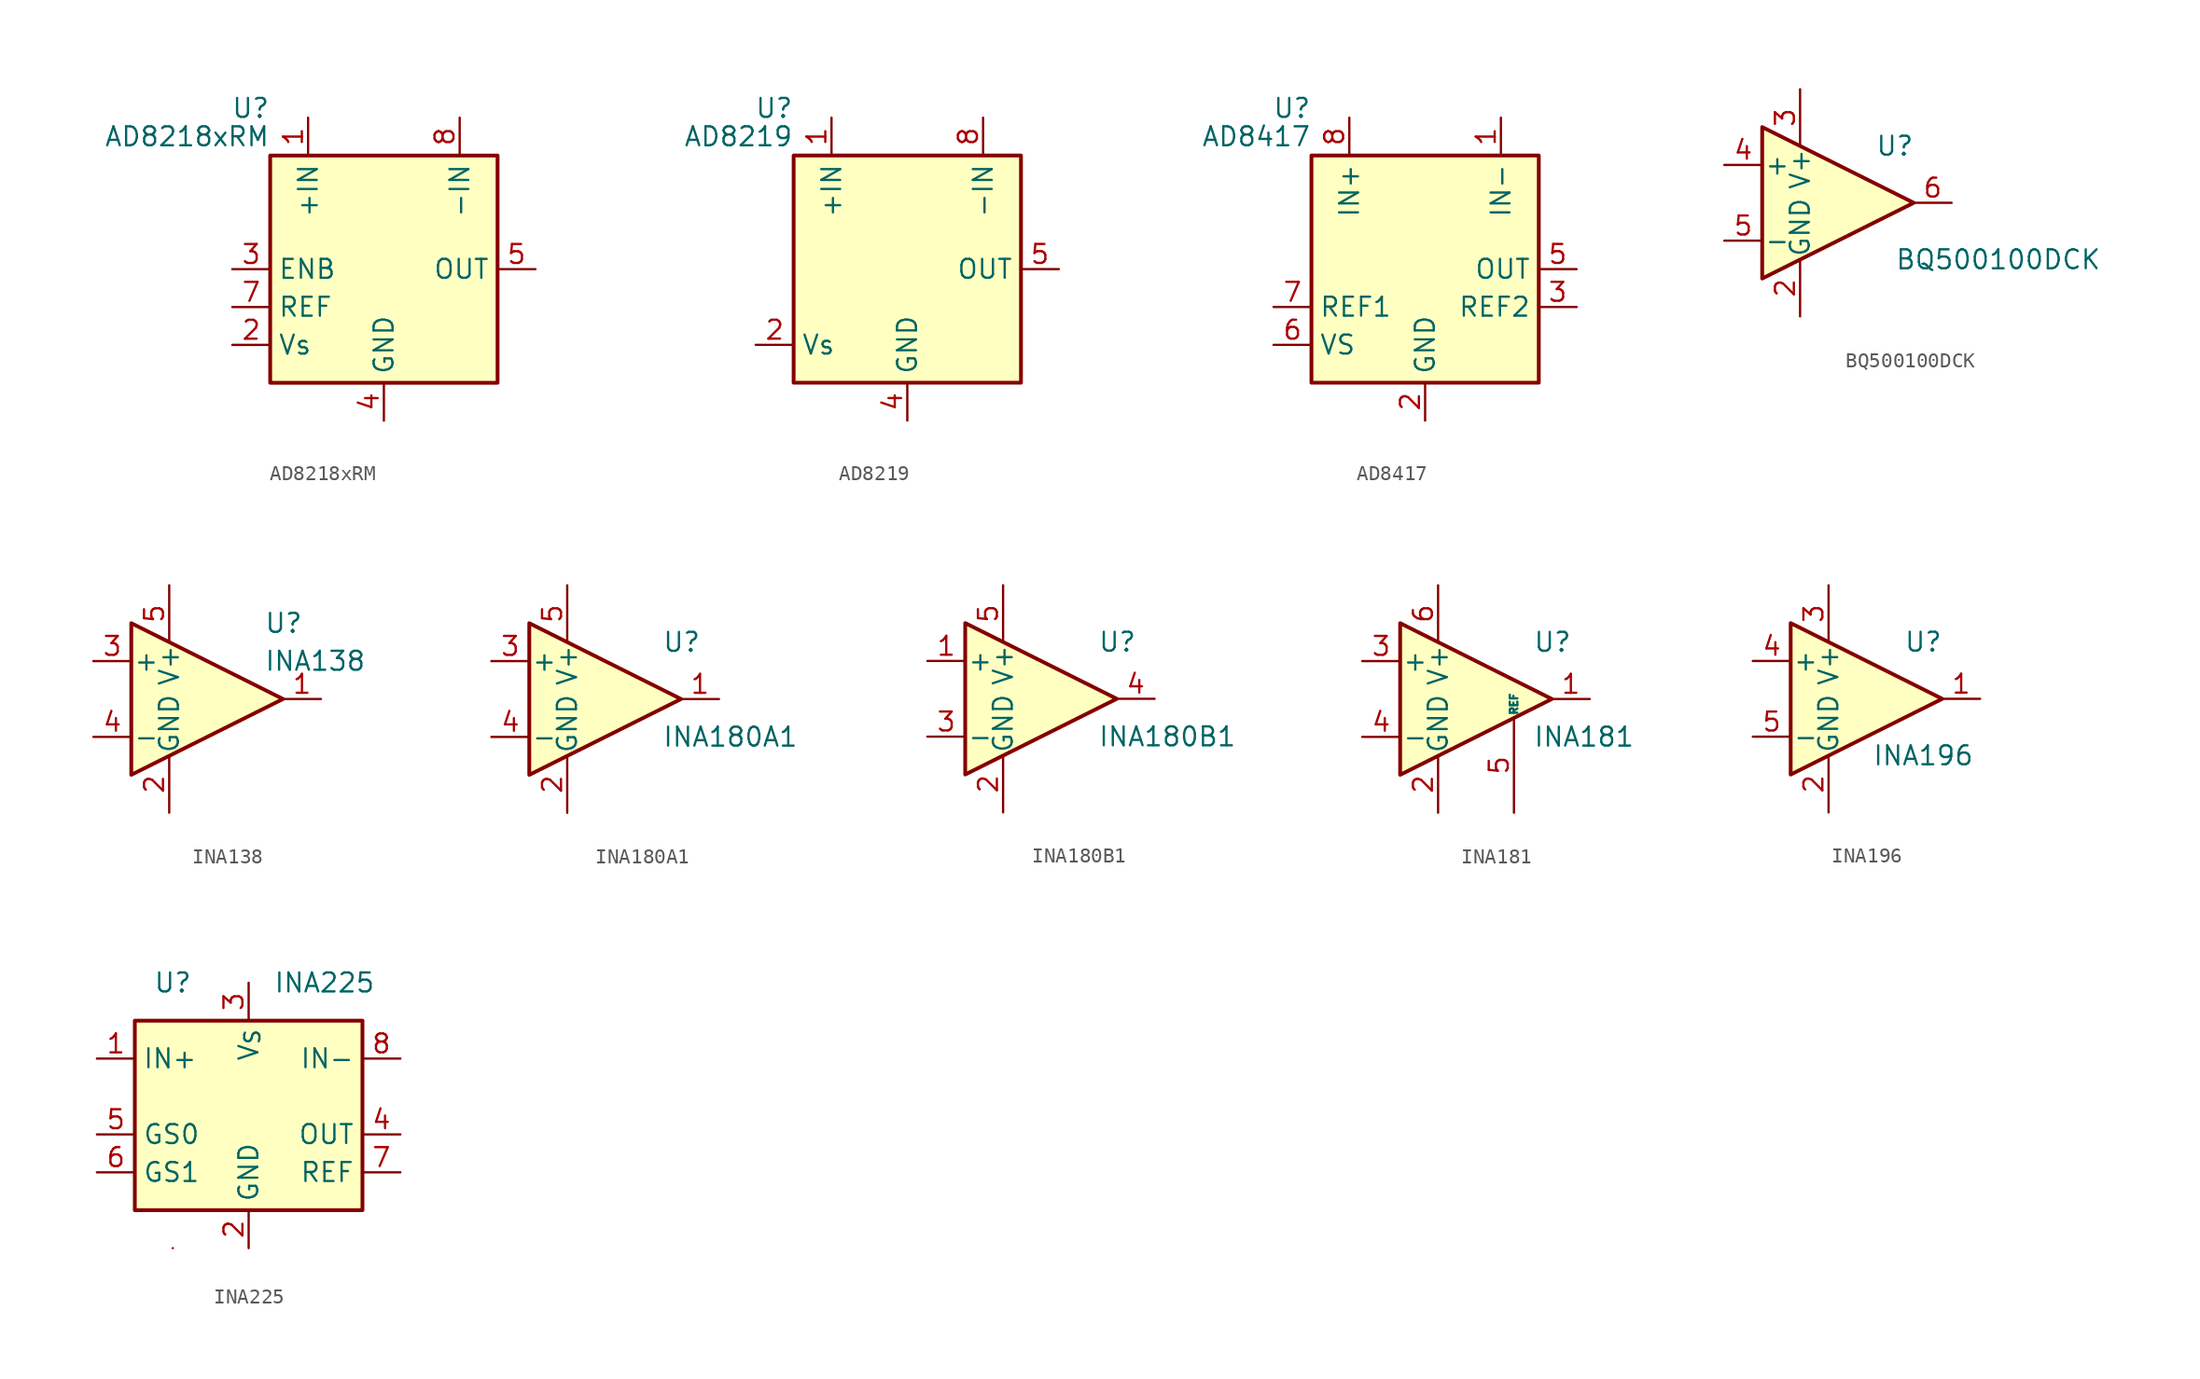
<source format=kicad_sym>
(kicad_symbol_lib
  (version 20241209)
  (generator "kicad_symbol_editor")
  (generator_version "9.0")
  (symbol "AD8218xRM"
    (property "Reference" "U"
      (at -7.62 10.795 0)
      (effects (font (size 1.27 1.27)) (justify right)))
    (property "Value" "AD8218xRM"
      (at -7.62 8.89 0)
      (effects (font (size 1.27 1.27)) (justify right)))
    (symbol "AD8218xRM_0_1"
      (rectangle (start -7.62 7.62) (end 7.62 -7.62) (stroke (width 0.254) (type default)) (fill (type background))))
    (symbol "AD8218xRM_1_1"
      (pin input line (at -10.16 0 0) (length 2.54) (name "ENB" (effects (font (size 1.27 1.27)))) (number "3" (effects (font (size 1.27 1.27)))))
      (pin input line (at -10.16 -2.54 0) (length 2.54) (name "REF" (effects (font (size 1.27 1.27)))) (number "7" (effects (font (size 1.27 1.27)))))
      (pin passive line (at -10.16 -5.08 0) (length 2.54) (name "Vs" (effects (font (size 1.27 1.27)))) (number "2" (effects (font (size 1.27 1.27)))))
      (pin input line (at -5.08 10.16 270) (length 2.54) (name "+IN" (effects (font (size 1.27 1.27)))) (number "1" (effects (font (size 1.27 1.27)))))
      (pin power_in line (at 0 -10.16 90) (length 2.54) (name "GND" (effects (font (size 1.27 1.27)))) (number "4" (effects (font (size 1.27 1.27)))))
      (pin no_connect line (at 2.54 -7.62 90) (length 2.54) (hide yes) (name "NC" (effects (font (size 1.27 1.27)))) (number "6" (effects (font (size 1.27 1.27)))))
      (pin input line (at 5.08 10.16 270) (length 2.54) (name "-IN" (effects (font (size 1.27 1.27)))) (number "8" (effects (font (size 1.27 1.27)))))
      (pin output line (at 10.16 0 180) (length 2.54) (name "OUT" (effects (font (size 1.27 1.27)))) (number "5" (effects (font (size 1.27 1.27)))))))
  (symbol "AD8219"
    (property "Reference" "U"
      (at -7.62 10.795 0)
      (effects (font (size 1.27 1.27)) (justify right)))
    (property "Value" "AD8219"
      (at -7.62 8.89 0)
      (effects (font (size 1.27 1.27)) (justify right)))
    (symbol "AD8219_0_1"
      (rectangle (start -7.62 7.62) (end 7.62 -7.62) (stroke (width 0.254) (type default)) (fill (type background))))
    (symbol "AD8219_1_1"
      (pin power_in line (at -10.16 -5.08 0) (length 2.54) (name "Vs" (effects (font (size 1.27 1.27)))) (number "2" (effects (font (size 1.27 1.27)))))
      (pin input line (at -5.08 10.16 270) (length 2.54) (name "+IN" (effects (font (size 1.27 1.27)))) (number "1" (effects (font (size 1.27 1.27)))))
      (pin no_connect line (at -2.54 -7.62 90) (length 2.54) (hide yes) (name "NC" (effects (font (size 1.27 1.27)))) (number "3" (effects (font (size 1.27 1.27)))))
      (pin power_in line (at 0 -10.16 90) (length 2.54) (name "GND" (effects (font (size 1.27 1.27)))) (number "4" (effects (font (size 1.27 1.27)))))
      (pin no_connect line (at 2.54 -7.62 90) (length 2.54) (hide yes) (name "NC" (effects (font (size 1.27 1.27)))) (number "6" (effects (font (size 1.27 1.27)))))
      (pin input line (at 5.08 10.16 270) (length 2.54) (name "-IN" (effects (font (size 1.27 1.27)))) (number "8" (effects (font (size 1.27 1.27)))))
      (pin no_connect line (at 5.08 -7.62 90) (length 2.54) (hide yes) (name "NC" (effects (font (size 1.27 1.27)))) (number "7" (effects (font (size 1.27 1.27)))))
      (pin output line (at 10.16 0 180) (length 2.54) (name "OUT" (effects (font (size 1.27 1.27)))) (number "5" (effects (font (size 1.27 1.27)))))))
  (symbol "AD8417"
    (property "Reference" "U"
      (at -7.62 10.795 0)
      (effects (font (size 1.27 1.27)) (justify right)))
    (property "Value" "AD8417"
      (at -7.62 8.89 0)
      (effects (font (size 1.27 1.27)) (justify right)))
    (symbol "AD8417_0_1"
      (rectangle (start -7.62 7.62) (end 7.62 -7.62) (stroke (width 0.254) (type default)) (fill (type background))))
    (symbol "AD8417_1_1"
      (pin input line (at -10.16 -2.54 0) (length 2.54) (name "REF1" (effects (font (size 1.27 1.27)))) (number "7" (effects (font (size 1.27 1.27)))))
      (pin power_in line (at -10.16 -5.08 0) (length 2.54) (name "VS" (effects (font (size 1.27 1.27)))) (number "6" (effects (font (size 1.27 1.27)))))
      (pin input line (at -5.08 10.16 270) (length 2.54) (name "IN+" (effects (font (size 1.27 1.27)))) (number "8" (effects (font (size 1.27 1.27)))))
      (pin power_in line (at 0 -10.16 90) (length 2.54) (name "GND" (effects (font (size 1.27 1.27)))) (number "2" (effects (font (size 1.27 1.27)))))
      (pin no_connect line (at 2.54 -7.62 90) (length 2.54) (hide yes) (name "NC" (effects (font (size 1.27 1.27)))) (number "4" (effects (font (size 1.27 1.27)))))
      (pin input line (at 5.08 10.16 270) (length 2.54) (name "IN-" (effects (font (size 1.27 1.27)))) (number "1" (effects (font (size 1.27 1.27)))))
      (pin output line (at 10.16 0 180) (length 2.54) (name "OUT" (effects (font (size 1.27 1.27)))) (number "5" (effects (font (size 1.27 1.27)))))
      (pin input line (at 10.16 -2.54 180) (length 2.54) (name "REF2" (effects (font (size 1.27 1.27)))) (number "3" (effects (font (size 1.27 1.27)))))))
  (symbol "BQ500100DCK"
    (pin_names
      (offset 0.127))
    (property "Reference" "U"
      (at 3.81 3.81 0)
      (effects (font (size 1.27 1.27))))
    (property "Value" "BQ500100DCK"
      (at 3.81 -3.81 0)
      (effects (font (size 1.27 1.27)) (justify left)))
    (symbol "BQ500100DCK_0_1"
      (polyline (pts (xy 5.08 0) (xy -5.08 5.08) (xy -5.08 -5.08) (xy 5.08 0)) (stroke (width 0.254) (type default)) (fill (type background))))
    (symbol "BQ500100DCK_1_1"
      (pin input line (at -7.62 2.54 0) (length 2.54) (name "+" (effects (font (size 1.27 1.27)))) (number "4" (effects (font (size 1.27 1.27)))))
      (pin input line (at -7.62 -2.54 0) (length 2.54) (name "-" (effects (font (size 1.27 1.27)))) (number "5" (effects (font (size 1.27 1.27)))))
      (pin power_in line (at -2.54 7.62 270) (length 3.81) (name "V+" (effects (font (size 1.27 1.27)))) (number "3" (effects (font (size 1.27 1.27)))))
      (pin passive line (at -2.54 -7.62 90) (length 3.81) (hide yes) (name "GND" (effects (font (size 1.27 1.27)))) (number "1" (effects (font (size 1.27 1.27)))))
      (pin power_in line (at -2.54 -7.62 90) (length 3.81) (name "GND" (effects (font (size 1.27 1.27)))) (number "2" (effects (font (size 1.27 1.27)))))
      (pin output line (at 7.62 0 180) (length 2.54) (name "~" (effects (font (size 1.27 1.27)))) (number "6" (effects (font (size 1.27 1.27)))))))
  (symbol "INA138"
    (pin_names
      (offset 0.127))
    (property "Reference" "U"
      (at 3.81 5.08 0)
      (effects (font (size 1.27 1.27)) (justify left)))
    (property "Value" "INA138"
      (at 3.81 2.54 0)
      (effects (font (size 1.27 1.27)) (justify left)))
    (symbol "INA138_0_1"
      (polyline (pts (xy -5.08 5.08) (xy 5.08 0) (xy -5.08 -5.08) (xy -5.08 5.08)) (stroke (width 0.254) (type default)) (fill (type background))))
    (symbol "INA138_1_1"
      (pin input line (at -7.62 2.54 0) (length 2.54) (name "+" (effects (font (size 1.27 1.27)))) (number "3" (effects (font (size 1.27 1.27)))))
      (pin input line (at -7.62 -2.54 0) (length 2.54) (name "-" (effects (font (size 1.27 1.27)))) (number "4" (effects (font (size 1.27 1.27)))))
      (pin power_in line (at -2.54 7.62 270) (length 3.81) (name "V+" (effects (font (size 1.27 1.27)))) (number "5" (effects (font (size 1.27 1.27)))))
      (pin power_in line (at -2.54 -7.62 90) (length 3.81) (name "GND" (effects (font (size 1.27 1.27)))) (number "2" (effects (font (size 1.27 1.27)))))
      (pin output line (at 7.62 0 180) (length 2.54) (name "~" (effects (font (size 1.27 1.27)))) (number "1" (effects (font (size 1.27 1.27)))))))
  (symbol "INA180A1"
    (pin_names
      (offset 0.127))
    (property "Reference" "U"
      (at 3.81 3.81 0)
      (effects (font (size 1.27 1.27)) (justify left)))
    (property "Value" "INA180A1"
      (at 3.81 -2.54 0)
      (effects (font (size 1.27 1.27)) (justify left)))
    (symbol "INA180A1_0_1"
      (polyline (pts (xy 5.08 0) (xy -5.08 5.08) (xy -5.08 -5.08) (xy 5.08 0)) (stroke (width 0.254) (type default)) (fill (type background))))
    (symbol "INA180A1_1_1"
      (pin input line (at -7.62 2.54 0) (length 2.54) (name "+" (effects (font (size 1.27 1.27)))) (number "3" (effects (font (size 1.27 1.27)))))
      (pin input line (at -7.62 -2.54 0) (length 2.54) (name "-" (effects (font (size 1.27 1.27)))) (number "4" (effects (font (size 1.27 1.27)))))
      (pin power_in line (at -2.54 7.62 270) (length 3.81) (name "V+" (effects (font (size 1.27 1.27)))) (number "5" (effects (font (size 1.27 1.27)))))
      (pin power_in line (at -2.54 -7.62 90) (length 3.81) (name "GND" (effects (font (size 1.27 1.27)))) (number "2" (effects (font (size 1.27 1.27)))))
      (pin output line (at 7.62 0 180) (length 2.54) (name "~" (effects (font (size 1.27 1.27)))) (number "1" (effects (font (size 1.27 1.27)))))))
  (symbol "INA180B1"
    (pin_names
      (offset 0.127))
    (property "Reference" "U"
      (at 3.81 3.81 0)
      (effects (font (size 1.27 1.27)) (justify left)))
    (property "Value" "INA180B1"
      (at 3.81 -2.54 0)
      (effects (font (size 1.27 1.27)) (justify left)))
    (symbol "INA180B1_0_1"
      (polyline (pts (xy 5.08 0) (xy -5.08 5.08) (xy -5.08 -5.08) (xy 5.08 0)) (stroke (width 0.254) (type default)) (fill (type background))))
    (symbol "INA180B1_1_1"
      (pin input line (at -7.62 2.54 0) (length 2.54) (name "+" (effects (font (size 1.27 1.27)))) (number "1" (effects (font (size 1.27 1.27)))))
      (pin input line (at -7.62 -2.54 0) (length 2.54) (name "-" (effects (font (size 1.27 1.27)))) (number "3" (effects (font (size 1.27 1.27)))))
      (pin power_in line (at -2.54 7.62 270) (length 3.81) (name "V+" (effects (font (size 1.27 1.27)))) (number "5" (effects (font (size 1.27 1.27)))))
      (pin power_in line (at -2.54 -7.62 90) (length 3.81) (name "GND" (effects (font (size 1.27 1.27)))) (number "2" (effects (font (size 1.27 1.27)))))
      (pin output line (at 7.62 0 180) (length 2.54) (name "~" (effects (font (size 1.27 1.27)))) (number "4" (effects (font (size 1.27 1.27)))))))
  (symbol "INA181"
    (pin_names
      (offset 0.127))
    (property "Reference" "U"
      (at 3.81 3.81 0)
      (effects (font (size 1.27 1.27)) (justify left)))
    (property "Value" "INA181"
      (at 3.81 -2.54 0)
      (effects (font (size 1.27 1.27)) (justify left)))
    (symbol "INA181_0_1"
      (polyline (pts (xy 5.08 0) (xy -5.08 5.08) (xy -5.08 -5.08) (xy 5.08 0)) (stroke (width 0.254) (type default)) (fill (type background))))
    (symbol "INA181_1_1"
      (pin input line (at -7.62 2.54 0) (length 2.54) (name "+" (effects (font (size 1.27 1.27)))) (number "3" (effects (font (size 1.27 1.27)))))
      (pin input line (at -7.62 -2.54 0) (length 2.54) (name "-" (effects (font (size 1.27 1.27)))) (number "4" (effects (font (size 1.27 1.27)))))
      (pin power_in line (at -2.54 7.62 270) (length 3.81) (name "V+" (effects (font (size 1.27 1.27)))) (number "6" (effects (font (size 1.27 1.27)))))
      (pin power_in line (at -2.54 -7.62 90) (length 3.81) (name "GND" (effects (font (size 1.27 1.27)))) (number "2" (effects (font (size 1.27 1.27)))))
      (pin input line (at 2.54 -7.62 90) (length 6.35) (name "REF" (effects (font (size 0.508 0.508)))) (number "5" (effects (font (size 1.27 1.27)))))
      (pin output line (at 7.62 0 180) (length 2.54) (name "~" (effects (font (size 1.27 1.27)))) (number "1" (effects (font (size 1.27 1.27)))))))
  (symbol "INA196"
    (pin_names
      (offset 0.127))
    (property "Reference" "U"
      (at 3.81 3.81 0)
      (effects (font (size 1.27 1.27))))
    (property "Value" "INA196"
      (at 3.81 -3.81 0)
      (effects (font (size 1.27 1.27))))
    (symbol "INA196_0_1"
      (polyline (pts (xy 5.08 0) (xy -5.08 5.08) (xy -5.08 -5.08) (xy 5.08 0)) (stroke (width 0.254) (type default)) (fill (type background))))
    (symbol "INA196_1_1"
      (pin input line (at -7.62 2.54 0) (length 2.54) (name "+" (effects (font (size 1.27 1.27)))) (number "4" (effects (font (size 1.27 1.27)))))
      (pin input line (at -7.62 -2.54 0) (length 2.54) (name "-" (effects (font (size 1.27 1.27)))) (number "5" (effects (font (size 1.27 1.27)))))
      (pin power_in line (at -2.54 7.62 270) (length 3.81) (name "V+" (effects (font (size 1.27 1.27)))) (number "3" (effects (font (size 1.27 1.27)))))
      (pin power_in line (at -2.54 -7.62 90) (length 3.81) (name "GND" (effects (font (size 1.27 1.27)))) (number "2" (effects (font (size 1.27 1.27)))))
      (pin output line (at 7.62 0 180) (length 2.54) (name "~" (effects (font (size 1.27 1.27)))) (number "1" (effects (font (size 1.27 1.27)))))))
  (symbol "INA225"
    (property "Reference" "U"
      (at -5.08 7.62 0)
      (effects (font (size 1.27 1.27))))
    (property "Value" "INA225"
      (at 5.08 7.62 0)
      (effects (font (size 1.27 1.27))))
    (symbol "INA225_0_0"
      (text "" (at -10.16 -5.08 0) (effects (font (size 1.27 1.27)))))
    (symbol "INA225_0_1"
      (rectangle (start -7.62 5.08) (end 7.62 -7.62) (stroke (width 0.254) (type default)) (fill (type background)))
      (rectangle (start -5.08 -10.16) (end -5.08 -10.16) (stroke (width 0) (type default)) (fill (type none))))
    (symbol "INA225_1_1"
      (pin passive line (at -10.16 2.54 0) (length 2.54) (name "IN+" (effects (font (size 1.27 1.27)))) (number "1" (effects (font (size 1.27 1.27)))))
      (pin input line (at -10.16 -2.54 0) (length 2.54) (name "GS0" (effects (font (size 1.27 1.27)))) (number "5" (effects (font (size 1.27 1.27)))))
      (pin input line (at -10.16 -5.08 0) (length 2.54) (name "GS1" (effects (font (size 1.27 1.27)))) (number "6" (effects (font (size 1.27 1.27)))))
      (pin power_in line (at 0 7.62 270) (length 2.54) (name "V_{S}" (effects (font (size 1.27 1.27)))) (number "3" (effects (font (size 1.27 1.27)))))
      (pin power_in line (at 0 -10.16 90) (length 2.54) (name "GND" (effects (font (size 1.27 1.27)))) (number "2" (effects (font (size 1.27 1.27)))))
      (pin passive line (at 10.16 2.54 180) (length 2.54) (name "IN-" (effects (font (size 1.27 1.27)))) (number "8" (effects (font (size 1.27 1.27)))))
      (pin output line (at 10.16 -2.54 180) (length 2.54) (name "OUT" (effects (font (size 1.27 1.27)))) (number "4" (effects (font (size 1.27 1.27)))))
      (pin passive line (at 10.16 -5.08 180) (length 2.54) (name "REF" (effects (font (size 1.27 1.27)))) (number "7" (effects (font (size 1.27 1.27))))))))
</source>
